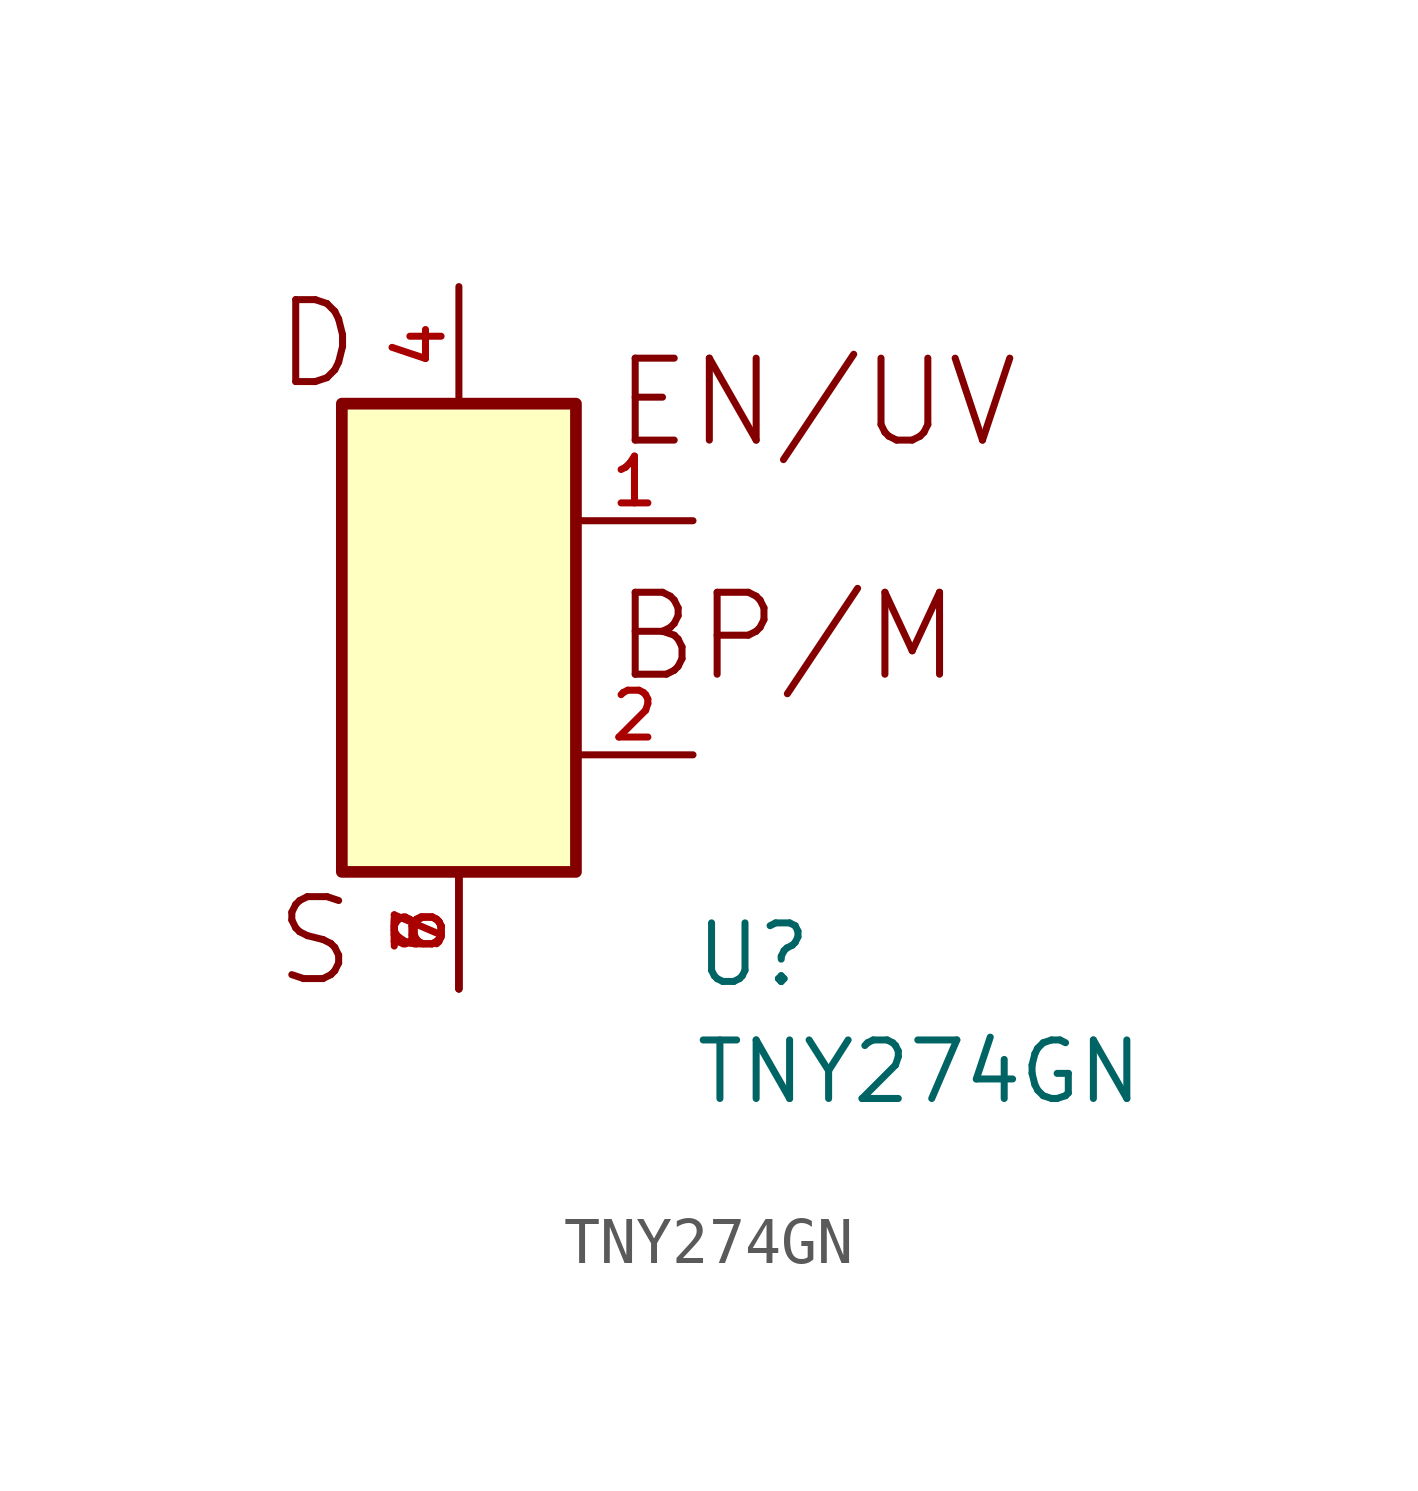
<source format=kicad_sym>
(kicad_symbol_lib
  (version 20211014)
  (generator kicad_symbol_editor)
  (symbol "TNY274GN"
    (pin_names
      (offset 1.016))
    (property "Reference" "U"
      (at 7.62 -15.24 0)
      (effects (font (size 1.27 1.27)) (justify bottom left)))
    (property "Value" "TNY274GN"
      (at 7.62 -17.78 0)
      (effects (font (size 1.27 1.27)) (justify bottom left)))
    (symbol "TNY274GN_0_0"
      (text "D" (at -1.524 -2.286 0) (effects (font (size 1.778 1.778)) (justify bottom left)))
      (text "S" (at -1.524 -15.24 0) (effects (font (size 1.778 1.778)) (justify bottom left)))
      (text "EN/UV" (at 5.842 -3.556 0) (effects (font (size 1.778 1.778)) (justify bottom left)))
      (text "BP/M" (at 5.842 -8.636 0) (effects (font (size 1.778 1.778)) (justify bottom left)))
      (rectangle (start 0.0 -12.7) (end 5.08 -2.54) (stroke (width 0.254)) (fill (type background)))
      (pin passive line (at 2.54 0.0 270.0) (length 2.54) (name "~" (effects (font (size 1.016 1.016)))) (number "4" (effects (font (size 1.016 1.016)))))
      (pin passive line (at 2.54 -15.24 90.0) (length 2.54) (name "~" (effects (font (size 1.016 1.016)))) (number "5" (effects (font (size 1.016 1.016)))))
      (pin passive line (at 2.54 -15.24 90.0) (length 2.54) (name "~" (effects (font (size 1.016 1.016)))) (number "6" (effects (font (size 1.016 1.016)))))
      (pin passive line (at 2.54 -15.24 90.0) (length 2.54) (name "~" (effects (font (size 1.016 1.016)))) (number "7" (effects (font (size 1.016 1.016)))))
      (pin passive line (at 2.54 -15.24 90.0) (length 2.54) (name "~" (effects (font (size 1.016 1.016)))) (number "8" (effects (font (size 1.016 1.016)))))
      (pin input line (at 7.62 -5.08 180.0) (length 2.54) (name "~" (effects (font (size 1.016 1.016)))) (number "1" (effects (font (size 1.016 1.016)))))
      (pin passive line (at 7.62 -10.16 180.0) (length 2.54) (name "~" (effects (font (size 1.016 1.016)))) (number "2" (effects (font (size 1.016 1.016))))))))
</source>
